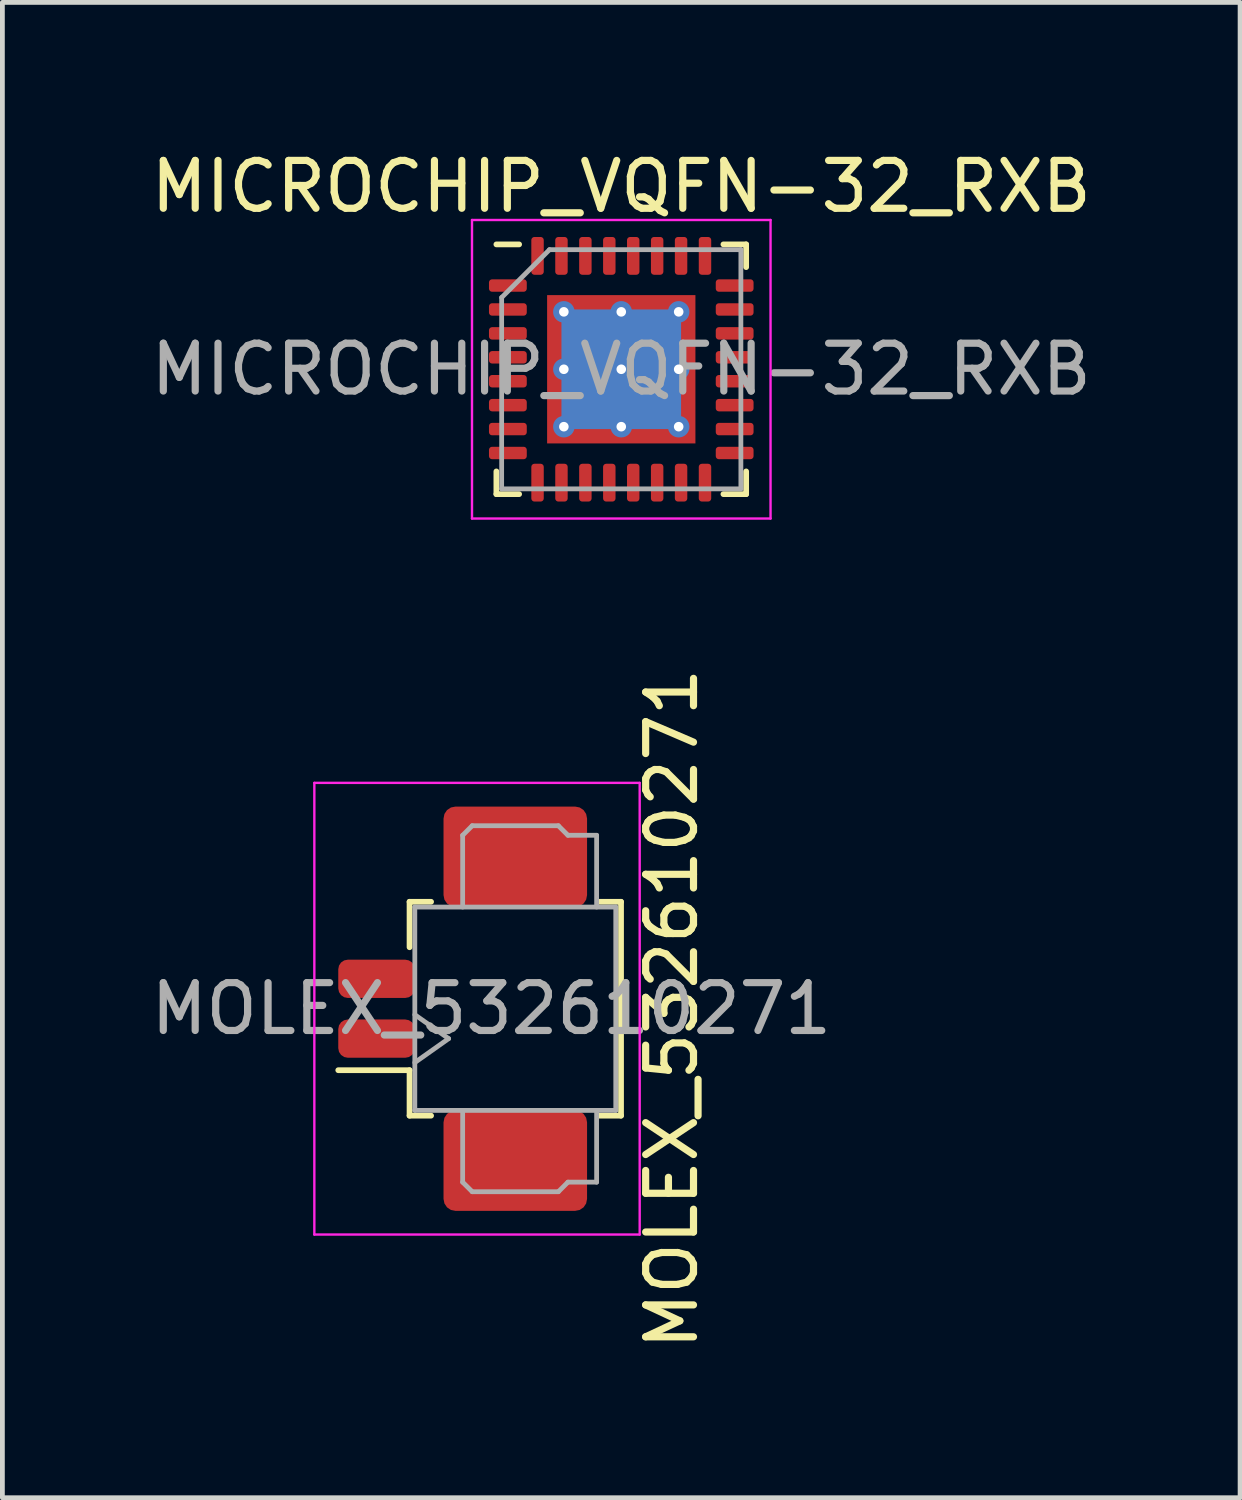
<source format=kicad_pcb>
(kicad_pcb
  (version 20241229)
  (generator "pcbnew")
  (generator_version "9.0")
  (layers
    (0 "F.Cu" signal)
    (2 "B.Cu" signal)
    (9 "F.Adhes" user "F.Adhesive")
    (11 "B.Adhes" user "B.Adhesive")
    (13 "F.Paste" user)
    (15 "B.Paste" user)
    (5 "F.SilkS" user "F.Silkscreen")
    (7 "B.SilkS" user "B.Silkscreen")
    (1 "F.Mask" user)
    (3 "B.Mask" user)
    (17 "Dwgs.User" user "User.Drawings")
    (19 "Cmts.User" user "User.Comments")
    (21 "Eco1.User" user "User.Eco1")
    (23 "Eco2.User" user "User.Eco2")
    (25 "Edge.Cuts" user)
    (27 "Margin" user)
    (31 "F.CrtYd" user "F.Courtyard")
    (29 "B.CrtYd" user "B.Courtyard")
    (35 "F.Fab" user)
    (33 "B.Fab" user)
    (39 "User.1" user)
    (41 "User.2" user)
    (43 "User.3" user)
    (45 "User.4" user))
  (footprint "MICROCHIP_VQFN-32_RXB"
    (layer "F.Cu")
    (at 9.935 4.668)
    (property "Reference" "MICROCHIP_VQFN-32_RXB" (at 0 -3.82 0) (layer "F.SilkS") (effects (font (size 1 1) (thickness 0.15))))
    (attr smd)
    (fp_line (start -2.61 2.61) (end -2.61 2.135) (stroke (width 0.12) (type solid)) (layer "F.SilkS"))
    (fp_line (start -2.135 -2.61) (end -2.61 -2.61) (stroke (width 0.12) (type solid)) (layer "F.SilkS"))
    (fp_line (start -2.135 2.61) (end -2.61 2.61) (stroke (width 0.12) (type solid)) (layer "F.SilkS"))
    (fp_line (start 2.135 -2.61) (end 2.61 -2.61) (stroke (width 0.12) (type solid)) (layer "F.SilkS"))
    (fp_line (start 2.135 2.61) (end 2.61 2.61) (stroke (width 0.12) (type solid)) (layer "F.SilkS"))
    (fp_line (start 2.61 -2.61) (end 2.61 -2.135) (stroke (width 0.12) (type solid)) (layer "F.SilkS"))
    (fp_line (start 2.61 2.61) (end 2.61 2.135) (stroke (width 0.12) (type solid)) (layer "F.SilkS"))
    (fp_line (start -3.12 -3.12) (end -3.12 3.12) (stroke (width 0.05) (type solid)) (layer "F.CrtYd"))
    (fp_line (start -3.12 3.12) (end 3.12 3.12) (stroke (width 0.05) (type solid)) (layer "F.CrtYd"))
    (fp_line (start 3.12 -3.12) (end -3.12 -3.12) (stroke (width 0.05) (type solid)) (layer "F.CrtYd"))
    (fp_line (start 3.12 3.12) (end 3.12 -3.12) (stroke (width 0.05) (type solid)) (layer "F.CrtYd"))
    (fp_line (start -2.5 -1.5) (end -1.5 -2.5) (stroke (width 0.1) (type solid)) (layer "F.Fab"))
    (fp_line (start -2.5 2.5) (end -2.5 -1.5) (stroke (width 0.1) (type solid)) (layer "F.Fab"))
    (fp_line (start -1.5 -2.5) (end 2.5 -2.5) (stroke (width 0.1) (type solid)) (layer "F.Fab"))
    (fp_line (start 2.5 -2.5) (end 2.5 2.5) (stroke (width 0.1) (type solid)) (layer "F.Fab"))
    (fp_line (start 2.5 2.5) (end -2.5 2.5) (stroke (width 0.1) (type solid)) (layer "F.Fab"))
    (fp_text user "${REFERENCE}" (at 0 0 0) (layer "F.Fab") (effects (font (size 1 1) (thickness 0.15))))
    (pad "" smd rect (at -0.775 -0.775) (size 1.1 1.1) (layers "F.Paste"))
    (pad "" smd rect (at -0.775 0.775) (size 1.1 1.1) (layers "F.Paste"))
    (pad "" smd rect (at 0.775 -0.775) (size 1.1 1.1) (layers "F.Paste"))
    (pad "" smd rect (at 0.775 0.775) (size 1.1 1.1) (layers "F.Paste"))
    (pad "1" smd roundrect (at -2.37 -1.75) (size 0.79 0.26) (layers "F.Cu" "F.Mask" "F.Paste") (roundrect_rratio 0.25))
    (pad "2" smd roundrect (at -2.37 -1.25) (size 0.79 0.26) (layers "F.Cu" "F.Mask" "F.Paste") (roundrect_rratio 0.25))
    (pad "3" smd roundrect (at -2.37 -0.75) (size 0.79 0.26) (layers "F.Cu" "F.Mask" "F.Paste") (roundrect_rratio 0.25))
    (pad "4" smd roundrect (at -2.37 -0.25) (size 0.79 0.26) (layers "F.Cu" "F.Mask" "F.Paste") (roundrect_rratio 0.25))
    (pad "5" smd roundrect (at -2.37 0.25) (size 0.79 0.26) (layers "F.Cu" "F.Mask" "F.Paste") (roundrect_rratio 0.25))
    (pad "6" smd roundrect (at -2.37 0.75) (size 0.79 0.26) (layers "F.Cu" "F.Mask" "F.Paste") (roundrect_rratio 0.25))
    (pad "7" smd roundrect (at -2.37 1.25) (size 0.79 0.26) (layers "F.Cu" "F.Mask" "F.Paste") (roundrect_rratio 0.25))
    (pad "8" smd roundrect (at -2.37 1.75) (size 0.79 0.26) (layers "F.Cu" "F.Mask" "F.Paste") (roundrect_rratio 0.25))
    (pad "9" smd roundrect (at -1.75 2.37) (size 0.26 0.79) (layers "F.Cu" "F.Mask" "F.Paste") (roundrect_rratio 0.25))
    (pad "10" smd roundrect (at -1.25 2.37) (size 0.26 0.79) (layers "F.Cu" "F.Mask" "F.Paste") (roundrect_rratio 0.25))
    (pad "11" smd roundrect (at -0.75 2.37) (size 0.26 0.79) (layers "F.Cu" "F.Mask" "F.Paste") (roundrect_rratio 0.25))
    (pad "12" smd roundrect (at -0.25 2.37) (size 0.26 0.79) (layers "F.Cu" "F.Mask" "F.Paste") (roundrect_rratio 0.25))
    (pad "13" smd roundrect (at 0.25 2.37) (size 0.26 0.79) (layers "F.Cu" "F.Mask" "F.Paste") (roundrect_rratio 0.25))
    (pad "14" smd roundrect (at 0.75 2.37) (size 0.26 0.79) (layers "F.Cu" "F.Mask" "F.Paste") (roundrect_rratio 0.25))
    (pad "15" smd roundrect (at 1.25 2.37) (size 0.26 0.79) (layers "F.Cu" "F.Mask" "F.Paste") (roundrect_rratio 0.25))
    (pad "16" smd roundrect (at 1.75 2.37) (size 0.26 0.79) (layers "F.Cu" "F.Mask" "F.Paste") (roundrect_rratio 0.25))
    (pad "17" smd roundrect (at 2.37 1.75) (size 0.79 0.26) (layers "F.Cu" "F.Mask" "F.Paste") (roundrect_rratio 0.25))
    (pad "18" smd roundrect (at 2.37 1.25) (size 0.79 0.26) (layers "F.Cu" "F.Mask" "F.Paste") (roundrect_rratio 0.25))
    (pad "19" smd roundrect (at 2.37 0.75) (size 0.79 0.26) (layers "F.Cu" "F.Mask" "F.Paste") (roundrect_rratio 0.25))
    (pad "20" smd roundrect (at 2.37 0.25) (size 0.79 0.26) (layers "F.Cu" "F.Mask" "F.Paste") (roundrect_rratio 0.25))
    (pad "21" smd roundrect (at 2.37 -0.25) (size 0.79 0.26) (layers "F.Cu" "F.Mask" "F.Paste") (roundrect_rratio 0.25))
    (pad "22" smd roundrect (at 2.37 -0.75) (size 0.79 0.26) (layers "F.Cu" "F.Mask" "F.Paste") (roundrect_rratio 0.25))
    (pad "23" smd roundrect (at 2.37 -1.25) (size 0.79 0.26) (layers "F.Cu" "F.Mask" "F.Paste") (roundrect_rratio 0.25))
    (pad "24" smd roundrect (at 2.37 -1.75) (size 0.79 0.26) (layers "F.Cu" "F.Mask" "F.Paste") (roundrect_rratio 0.25))
    (pad "25" smd roundrect (at 1.75 -2.37) (size 0.26 0.79) (layers "F.Cu" "F.Mask" "F.Paste") (roundrect_rratio 0.25))
    (pad "26" smd roundrect (at 1.25 -2.37) (size 0.26 0.79) (layers "F.Cu" "F.Mask" "F.Paste") (roundrect_rratio 0.25))
    (pad "27" smd roundrect (at 0.75 -2.37) (size 0.26 0.79) (layers "F.Cu" "F.Mask" "F.Paste") (roundrect_rratio 0.25))
    (pad "28" smd roundrect (at 0.25 -2.37) (size 0.26 0.79) (layers "F.Cu" "F.Mask" "F.Paste") (roundrect_rratio 0.25))
    (pad "29" smd roundrect (at -0.25 -2.37) (size 0.26 0.79) (layers "F.Cu" "F.Mask" "F.Paste") (roundrect_rratio 0.25))
    (pad "30" smd roundrect (at -0.75 -2.37) (size 0.26 0.79) (layers "F.Cu" "F.Mask" "F.Paste") (roundrect_rratio 0.25))
    (pad "31" smd roundrect (at -1.25 -2.37) (size 0.26 0.79) (layers "F.Cu" "F.Mask" "F.Paste") (roundrect_rratio 0.25))
    (pad "32" smd roundrect (at -1.75 -2.37) (size 0.26 0.79) (layers "F.Cu" "F.Mask" "F.Paste") (roundrect_rratio 0.25))
    (pad "33" thru_hole circle (at -1.2 -1.2) (size 0.45 0.45) (drill 0.2) (layers "*.Cu"))
    (pad "33" thru_hole circle (at -1.2 0) (size 0.45 0.45) (drill 0.2) (layers "*.Cu"))
    (pad "33" thru_hole circle (at -1.2 1.2) (size 0.45 0.45) (drill 0.2) (layers "*.Cu"))
    (pad "33" thru_hole circle (at 0 -1.2) (size 0.45 0.45) (drill 0.2) (layers "*.Cu"))
    (pad "33" thru_hole circle (at 0 0) (size 0.45 0.45) (drill 0.2) (layers "*.Cu"))
    (pad "33" smd rect (at 0 0) (size 2.5 2.5) (layers "B.Cu"))
    (pad "33" smd rect (at 0 0) (size 3.1 3.1) (layers "F.Cu" "F.Mask"))
    (pad "33" thru_hole circle (at 0 1.2) (size 0.45 0.45) (drill 0.2) (layers "*.Cu"))
    (pad "33" thru_hole circle (at 1.2 -1.2) (size 0.45 0.45) (drill 0.2) (layers "*.Cu"))
    (pad "33" thru_hole circle (at 1.2 0) (size 0.45 0.45) (drill 0.2) (layers "*.Cu"))
    (pad "33" thru_hole circle (at 1.2 1.2) (size 0.45 0.45) (drill 0.2) (layers "*.Cu")))
  (footprint "MOLEX_532610271"
    (layer "F.Cu")
    (at 7.22 18.033)
    (property "Reference" "MOLEX_532610271" (at 3.77 0 270) (layer "F.SilkS") (effects (font (size 1 1) (thickness 0.15))))
    (attr smd)
    (fp_line (start -1.71 -2.235) (end -1.71 -1.285) (stroke (width 0.12) (type solid)) (layer "F.SilkS"))
    (fp_line (start -1.71 1.285) (end -3.2 1.285) (stroke (width 0.12) (type solid)) (layer "F.SilkS"))
    (fp_line (start -1.71 2.235) (end -1.71 1.285) (stroke (width 0.12) (type solid)) (layer "F.SilkS"))
    (fp_line (start -1.26 -2.235) (end -1.71 -2.235) (stroke (width 0.12) (type solid)) (layer "F.SilkS"))
    (fp_line (start -1.26 2.235) (end -1.71 2.235) (stroke (width 0.12) (type solid)) (layer "F.SilkS"))
    (fp_line (start 2.26 2.235) (end 2.71 2.235) (stroke (width 0.12) (type solid)) (layer "F.SilkS"))
    (fp_line (start 2.71 -2.235) (end 2.26 -2.235) (stroke (width 0.12) (type solid)) (layer "F.SilkS"))
    (fp_line (start 2.71 2.235) (end 2.71 -2.235) (stroke (width 0.12) (type solid)) (layer "F.SilkS"))
    (fp_line (start -3.7 -4.72) (end -3.7 4.72) (stroke (width 0.05) (type solid)) (layer "F.CrtYd"))
    (fp_line (start -3.7 -4.72) (end 3.1 -4.72) (stroke (width 0.05) (type solid)) (layer "F.CrtYd"))
    (fp_line (start -3.7 4.72) (end 3.1 4.72) (stroke (width 0.05) (type solid)) (layer "F.CrtYd"))
    (fp_line (start 3.1 4.72) (end 3.1 -4.72) (stroke (width 0.05) (type solid)) (layer "F.CrtYd"))
    (fp_line (start -1.6 -2.125) (end 2.6 -2.125) (stroke (width 0.1) (type solid)) (layer "F.Fab"))
    (fp_line (start -1.6 1.125) (end -0.893 0.625) (stroke (width 0.1) (type solid)) (layer "F.Fab"))
    (fp_line (start -1.6 2.125) (end -1.6 -2.125) (stroke (width 0.1) (type solid)) (layer "F.Fab"))
    (fp_line (start -1.6 2.125) (end 2.6 2.125) (stroke (width 0.1) (type solid)) (layer "F.Fab"))
    (fp_line (start -0.893 0.625) (end -1.6 0.125) (stroke (width 0.1) (type solid)) (layer "F.Fab"))
    (fp_line (start -0.6 -3.625) (end -0.4 -3.825) (stroke (width 0.1) (type solid)) (layer "F.Fab"))
    (fp_line (start -0.6 -2.125) (end -0.6 -3.625) (stroke (width 0.1) (type solid)) (layer "F.Fab"))
    (fp_line (start -0.6 2.125) (end -0.6 3.625) (stroke (width 0.1) (type solid)) (layer "F.Fab"))
    (fp_line (start -0.6 3.625) (end -0.4 3.825) (stroke (width 0.1) (type solid)) (layer "F.Fab"))
    (fp_line (start -0.4 -3.825) (end 1.4 -3.825) (stroke (width 0.1) (type solid)) (layer "F.Fab"))
    (fp_line (start -0.4 3.825) (end 1.4 3.825) (stroke (width 0.1) (type solid)) (layer "F.Fab"))
    (fp_line (start 1.4 -3.825) (end 1.6 -3.625) (stroke (width 0.1) (type solid)) (layer "F.Fab"))
    (fp_line (start 1.4 3.825) (end 1.6 3.625) (stroke (width 0.1) (type solid)) (layer "F.Fab"))
    (fp_line (start 1.6 -3.625) (end 2.2 -3.625) (stroke (width 0.1) (type solid)) (layer "F.Fab"))
    (fp_line (start 1.6 3.625) (end 2.2 3.625) (stroke (width 0.1) (type solid)) (layer "F.Fab"))
    (fp_line (start 2.2 -3.625) (end 2.2 -2.125) (stroke (width 0.1) (type solid)) (layer "F.Fab"))
    (fp_line (start 2.2 3.625) (end 2.2 2.125) (stroke (width 0.1) (type solid)) (layer "F.Fab"))
    (fp_line (start 2.6 2.125) (end 2.6 -2.125) (stroke (width 0.1) (type solid)) (layer "F.Fab"))
    (fp_text user "${REFERENCE}" (at 0 0 0) (layer "F.Fab") (effects (font (size 1 1) (thickness 0.15))))
    (pad "1" smd roundrect (at -2.4 0.625 90) (size 0.8 1.6) (layers "F.Cu" "F.Mask" "F.Paste") (roundrect_rratio 0.25))
    (pad "2" smd roundrect (at -2.4 -0.625 90) (size 0.8 1.6) (layers "F.Cu" "F.Mask" "F.Paste") (roundrect_rratio 0.25))
    (pad "MP" smd roundrect (at 0.5 -3.175 90) (size 2.1 3) (layers "F.Cu" "F.Mask" "F.Paste") (roundrect_rratio 0.119))
    (pad "MP" smd roundrect (at 0.5 3.175 90) (size 2.1 3) (layers "F.Cu" "F.Mask" "F.Paste") (roundrect_rratio 0.119)))
  (gr_rect
    (start -3 -3)
    (end 22.869 28.254)
    (stroke (width 0.1) (type default))
    (fill no)
    (layer "Edge.Cuts")))
</source>
